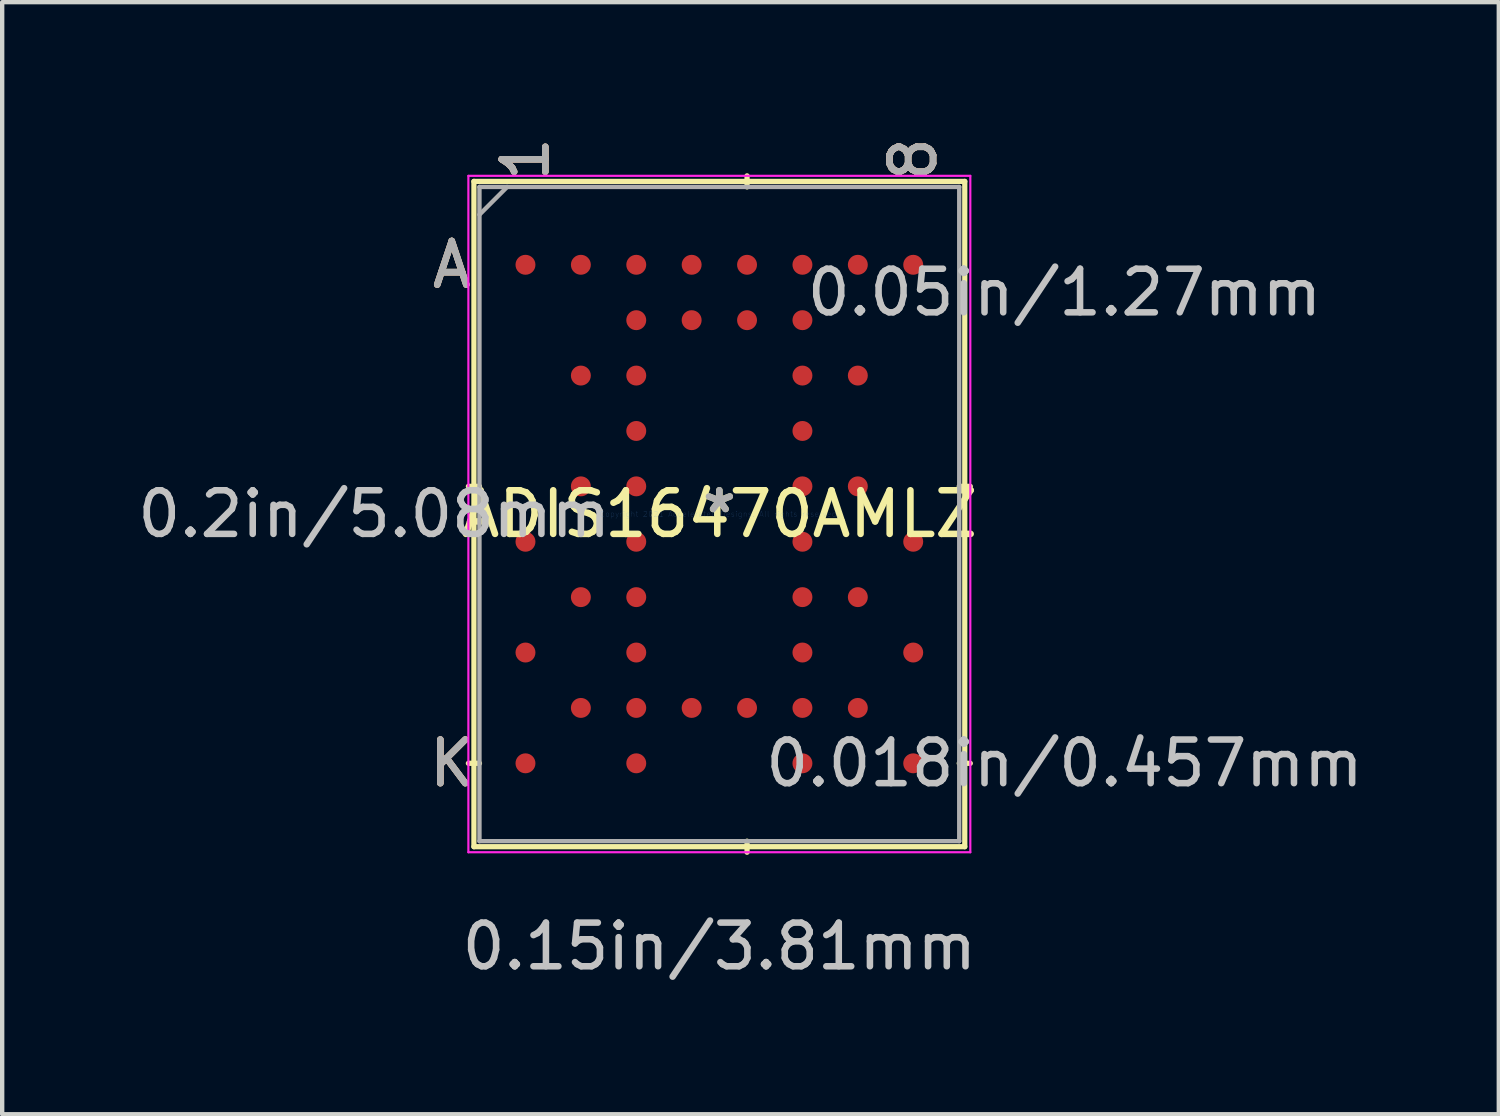
<source format=kicad_pcb>
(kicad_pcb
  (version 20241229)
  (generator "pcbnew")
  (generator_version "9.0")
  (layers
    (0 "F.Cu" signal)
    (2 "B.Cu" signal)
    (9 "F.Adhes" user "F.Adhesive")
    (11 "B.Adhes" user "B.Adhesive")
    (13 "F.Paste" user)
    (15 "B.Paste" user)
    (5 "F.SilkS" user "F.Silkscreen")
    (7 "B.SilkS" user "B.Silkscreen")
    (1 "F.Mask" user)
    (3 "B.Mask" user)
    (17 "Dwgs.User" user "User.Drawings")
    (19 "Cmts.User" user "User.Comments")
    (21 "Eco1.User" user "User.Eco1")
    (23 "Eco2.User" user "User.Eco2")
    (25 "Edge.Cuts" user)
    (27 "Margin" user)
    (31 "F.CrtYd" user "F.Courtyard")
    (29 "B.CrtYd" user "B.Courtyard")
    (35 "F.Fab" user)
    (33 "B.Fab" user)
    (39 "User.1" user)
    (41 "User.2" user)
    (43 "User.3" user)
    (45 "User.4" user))
  (footprint "ADIS16470AMLZ"
    (layer "F.Cu")
    (at 13.443 8.736)
    (property "Reference" "ADIS16470AMLZ" (at 0 0 0) (layer "F.SilkS") (effects (font (size 1 1) (thickness 0.15))))
    (attr through_hole)
    (fp_line (start -5.627 -7.627) (end -5.627 7.627) (stroke (width 0.12) (type solid)) (layer "F.SilkS"))
    (fp_line (start -5.627 7.627) (end 5.627 7.627) (stroke (width 0.12) (type solid)) (layer "F.SilkS"))
    (fp_line (start -5.5 -0.635) (end -5.754 -0.635) (stroke (width 0.12) (type solid)) (layer "F.SilkS"))
    (fp_line (start -5.5 5.715) (end -5.754 5.715) (stroke (width 0.12) (type solid)) (layer "F.SilkS"))
    (fp_line (start 0.635 -7.5) (end 0.635 -7.754) (stroke (width 0.12) (type solid)) (layer "F.SilkS"))
    (fp_line (start 0.635 7.5) (end 0.635 7.754) (stroke (width 0.12) (type solid)) (layer "F.SilkS"))
    (fp_line (start 5.5 -0.635) (end 5.754 -0.635) (stroke (width 0.12) (type solid)) (layer "F.SilkS"))
    (fp_line (start 5.5 5.715) (end 5.754 5.715) (stroke (width 0.12) (type solid)) (layer "F.SilkS"))
    (fp_line (start 5.627 -7.627) (end -5.627 -7.627) (stroke (width 0.12) (type solid)) (layer "F.SilkS"))
    (fp_line (start 5.627 7.627) (end 5.627 -7.627) (stroke (width 0.12) (type solid)) (layer "F.SilkS"))
    (fp_line (start -5.754 -7.754) (end 5.754 -7.754) (stroke (width 0.05) (type solid)) (layer "F.CrtYd"))
    (fp_line (start -5.754 7.754) (end -5.754 -7.754) (stroke (width 0.05) (type solid)) (layer "F.CrtYd"))
    (fp_line (start 5.754 -7.754) (end 5.754 7.754) (stroke (width 0.05) (type solid)) (layer "F.CrtYd"))
    (fp_line (start 5.754 7.754) (end -5.754 7.754) (stroke (width 0.05) (type solid)) (layer "F.CrtYd"))
    (fp_line (start -5.5 -7.5) (end -5.5 7.5) (stroke (width 0.1) (type solid)) (layer "F.Fab"))
    (fp_line (start -5.5 7.5) (end 5.5 7.5) (stroke (width 0.1) (type solid)) (layer "F.Fab"))
    (fp_line (start -4.865 -7.5) (end -5.5 -6.865) (stroke (width 0.1) (type solid)) (layer "F.Fab"))
    (fp_line (start 5.5 -7.5) (end -5.5 -7.5) (stroke (width 0.1) (type solid)) (layer "F.Fab"))
    (fp_line (start 5.5 7.5) (end 5.5 -7.5) (stroke (width 0.1) (type solid)) (layer "F.Fab"))
    (fp_text user "*" (at 0 0 0) (layer "F.SilkS") (effects (font (size 1 1) (thickness 0.15))))
    (fp_text user "A" (at -6.135 -5.715 0) (layer "F.SilkS") (effects (font (size 1 1) (thickness 0.15))))
    (fp_text user "K" (at -6.135 5.715 0) (layer "F.SilkS") (effects (font (size 1 1) (thickness 0.15))))
    (fp_text user "1" (at -4.445 -8.135 90) (layer "F.SilkS") (effects (font (size 1 1) (thickness 0.15))))
    (fp_text user "8" (at 4.445 -8.135 90) (layer "F.SilkS") (effects (font (size 1 1) (thickness 0.15))))
    (fp_text user "A" (at -6.135 -5.715 0) (layer "B.SilkS") (effects (font (size 1 1) (thickness 0.15))))
    (fp_text user "8" (at 4.445 -8.135 90) (layer "B.SilkS") (effects (font (size 1 1) (thickness 0.15))))
    (fp_text user "K" (at -6.135 5.715 0) (layer "B.SilkS") (effects (font (size 1 1) (thickness 0.15))))
    (fp_text user "1" (at -4.445 -8.135 90) (layer "B.SilkS") (effects (font (size 1 1) (thickness 0.15))))
    (fp_text user "0.05in/1.27mm" (at 7.913 -5.08 0) (layer "Dwgs.User") (effects (font (size 1 1) (thickness 0.15))))
    (fp_text user "0.15in/3.81mm" (at 0 9.913 0) (layer "Dwgs.User") (effects (font (size 1 1) (thickness 0.15))))
    (fp_text user "0.018in/0.457mm" (at 7.913 5.715 0) (layer "Dwgs.User") (effects (font (size 1 1) (thickness 0.15))))
    (fp_text user "0.2in/5.08mm" (at -7.913 0 0) (layer "Dwgs.User") (effects (font (size 1 1) (thickness 0.15))))
    (fp_text user "Copyright 2021 Accelerated Designs. All rights reserved." (at 0 0 0) (layer "Cmts.User") (effects (font (size 0.127 0.127) (thickness 0.002))))
    (fp_text user "A" (at -6.135 -5.715 0) (layer "F.Fab") (effects (font (size 1 1) (thickness 0.15))))
    (fp_text user "K" (at -6.135 5.715 0) (layer "F.Fab") (effects (font (size 1 1) (thickness 0.15))))
    (fp_text user "8" (at 4.445 -8.135 90) (layer "F.Fab") (effects (font (size 1 1) (thickness 0.15))))
    (fp_text user "1" (at -4.445 -8.135 90) (layer "F.Fab") (effects (font (size 1 1) (thickness 0.15))))
    (fp_text user "*" (at 0 0 0) (layer "F.Fab") (effects (font (size 1 1) (thickness 0.15))))
    (pad "A1" smd circle (at -4.445 -5.715) (size 0.457 0.457) (layers "F.Cu" "F.Mask" "F.Paste"))
    (pad "A2" smd circle (at -3.175 -5.715) (size 0.457 0.457) (layers "F.Cu" "F.Mask" "F.Paste"))
    (pad "A3" smd circle (at -1.905 -5.715) (size 0.457 0.457) (layers "F.Cu" "F.Mask" "F.Paste"))
    (pad "A4" smd circle (at -0.635 -5.715) (size 0.457 0.457) (layers "F.Cu" "F.Mask" "F.Paste"))
    (pad "A5" smd circle (at 0.635 -5.715) (size 0.457 0.457) (layers "F.Cu" "F.Mask" "F.Paste"))
    (pad "A6" smd circle (at 1.905 -5.715) (size 0.457 0.457) (layers "F.Cu" "F.Mask" "F.Paste"))
    (pad "A7" smd circle (at 3.175 -5.715) (size 0.457 0.457) (layers "F.Cu" "F.Mask" "F.Paste"))
    (pad "A8" smd circle (at 4.445 -5.715) (size 0.457 0.457) (layers "F.Cu" "F.Mask" "F.Paste"))
    (pad "B3" smd circle (at -1.905 -4.445) (size 0.457 0.457) (layers "F.Cu" "F.Mask" "F.Paste"))
    (pad "B4" smd circle (at -0.635 -4.445) (size 0.457 0.457) (layers "F.Cu" "F.Mask" "F.Paste"))
    (pad "B5" smd circle (at 0.635 -4.445) (size 0.457 0.457) (layers "F.Cu" "F.Mask" "F.Paste"))
    (pad "B6" smd circle (at 1.905 -4.445) (size 0.457 0.457) (layers "F.Cu" "F.Mask" "F.Paste"))
    (pad "C2" smd circle (at -3.175 -3.175) (size 0.457 0.457) (layers "F.Cu" "F.Mask" "F.Paste"))
    (pad "C3" smd circle (at -1.905 -3.175) (size 0.457 0.457) (layers "F.Cu" "F.Mask" "F.Paste"))
    (pad "C6" smd circle (at 1.905 -3.175) (size 0.457 0.457) (layers "F.Cu" "F.Mask" "F.Paste"))
    (pad "C7" smd circle (at 3.175 -3.175) (size 0.457 0.457) (layers "F.Cu" "F.Mask" "F.Paste"))
    (pad "D3" smd circle (at -1.905 -1.905) (size 0.457 0.457) (layers "F.Cu" "F.Mask" "F.Paste"))
    (pad "D6" smd circle (at 1.905 -1.905) (size 0.457 0.457) (layers "F.Cu" "F.Mask" "F.Paste"))
    (pad "E2" smd circle (at -3.175 -0.635) (size 0.457 0.457) (layers "F.Cu" "F.Mask" "F.Paste"))
    (pad "E3" smd circle (at -1.905 -0.635) (size 0.457 0.457) (layers "F.Cu" "F.Mask" "F.Paste"))
    (pad "E6" smd circle (at 1.905 -0.635) (size 0.457 0.457) (layers "F.Cu" "F.Mask" "F.Paste"))
    (pad "E7" smd circle (at 3.175 -0.635) (size 0.457 0.457) (layers "F.Cu" "F.Mask" "F.Paste"))
    (pad "F1" smd circle (at -4.445 0.635) (size 0.457 0.457) (layers "F.Cu" "F.Mask" "F.Paste"))
    (pad "F3" smd circle (at -1.905 0.635) (size 0.457 0.457) (layers "F.Cu" "F.Mask" "F.Paste"))
    (pad "F6" smd circle (at 1.905 0.635) (size 0.457 0.457) (layers "F.Cu" "F.Mask" "F.Paste"))
    (pad "F8" smd circle (at 4.445 0.635) (size 0.457 0.457) (layers "F.Cu" "F.Mask" "F.Paste"))
    (pad "G2" smd circle (at -3.175 1.905) (size 0.457 0.457) (layers "F.Cu" "F.Mask" "F.Paste"))
    (pad "G3" smd circle (at -1.905 1.905) (size 0.457 0.457) (layers "F.Cu" "F.Mask" "F.Paste"))
    (pad "G6" smd circle (at 1.905 1.905) (size 0.457 0.457) (layers "F.Cu" "F.Mask" "F.Paste"))
    (pad "G7" smd circle (at 3.175 1.905) (size 0.457 0.457) (layers "F.Cu" "F.Mask" "F.Paste"))
    (pad "H1" smd circle (at -4.445 3.175) (size 0.457 0.457) (layers "F.Cu" "F.Mask" "F.Paste"))
    (pad "H3" smd circle (at -1.905 3.175) (size 0.457 0.457) (layers "F.Cu" "F.Mask" "F.Paste"))
    (pad "H6" smd circle (at 1.905 3.175) (size 0.457 0.457) (layers "F.Cu" "F.Mask" "F.Paste"))
    (pad "H8" smd circle (at 4.445 3.175) (size 0.457 0.457) (layers "F.Cu" "F.Mask" "F.Paste"))
    (pad "J2" smd circle (at -3.175 4.445) (size 0.457 0.457) (layers "F.Cu" "F.Mask" "F.Paste"))
    (pad "J3" smd circle (at -1.905 4.445) (size 0.457 0.457) (layers "F.Cu" "F.Mask" "F.Paste"))
    (pad "J4" smd circle (at -0.635 4.445) (size 0.457 0.457) (layers "F.Cu" "F.Mask" "F.Paste"))
    (pad "J5" smd circle (at 0.635 4.445) (size 0.457 0.457) (layers "F.Cu" "F.Mask" "F.Paste"))
    (pad "J6" smd circle (at 1.905 4.445) (size 0.457 0.457) (layers "F.Cu" "F.Mask" "F.Paste"))
    (pad "J7" smd circle (at 3.175 4.445) (size 0.457 0.457) (layers "F.Cu" "F.Mask" "F.Paste"))
    (pad "K1" smd circle (at -4.445 5.715) (size 0.457 0.457) (layers "F.Cu" "F.Mask" "F.Paste"))
    (pad "K3" smd circle (at -1.905 5.715) (size 0.457 0.457) (layers "F.Cu" "F.Mask" "F.Paste"))
    (pad "K6" smd circle (at 1.905 5.715) (size 0.457 0.457) (layers "F.Cu" "F.Mask" "F.Paste"))
    (pad "K8" smd circle (at 4.445 5.715) (size 0.457 0.457) (layers "F.Cu" "F.Mask" "F.Paste")))
  (gr_rect
    (start -3 -3)
    (end 31.314 22.497)
    (stroke (width 0.1) (type default))
    (fill no)
    (layer "Edge.Cuts")))
</source>
